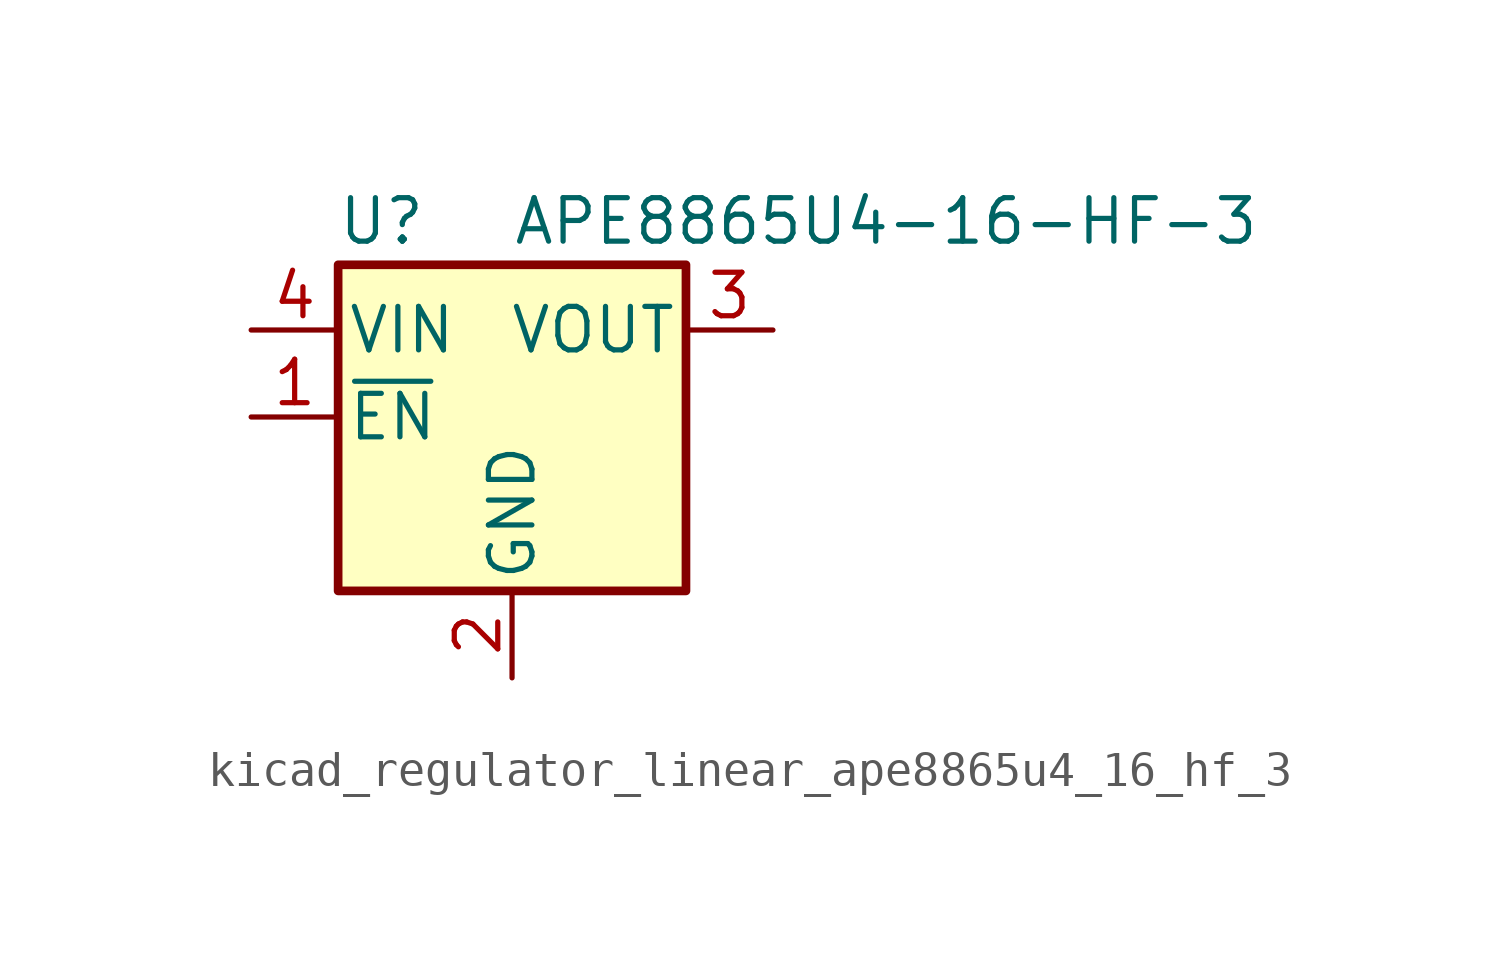
<source format=kicad_sym>
(kicad_symbol_lib
  (version 20220914)
  (generator kicad_symbol_editor)
  (symbol "kicad_regulator_linear_ape8865u4_16_hf_3"
    (pin_names
      (offset 0.254))
    (property "Reference" "U"
      (at -3.81 5.715 0)
      (effects (font (size 1.27 1.27))))
    (property "Value" "APE8865U4-16-HF-3"
      (at 0 5.715 0)
      (effects (font (size 1.27 1.27)) (justify left)))
    (symbol "kicad_regulator_linear_ape8865u4_16_hf_3_0_1"
      (rectangle (start -5.08 4.445) (end 5.08 -5.08) (stroke (width 0.254) (type default)) (fill (type background))))
    (symbol "kicad_regulator_linear_ape8865u4_16_hf_3_1_1"
      (pin input line (at -7.62 0 0) (length 2.54) (name "~{EN}" (effects (font (size 1.27 1.27)))) (number "1" (effects (font (size 1.27 1.27)))))
      (pin power_in line (at 0 -7.62 90) (length 2.54) (name "GND" (effects (font (size 1.27 1.27)))) (number "2" (effects (font (size 1.27 1.27)))))
      (pin power_out line (at 7.62 2.54 180) (length 2.54) (name "VOUT" (effects (font (size 1.27 1.27)))) (number "3" (effects (font (size 1.27 1.27)))))
      (pin power_in line (at -7.62 2.54 0) (length 2.54) (name "VIN" (effects (font (size 1.27 1.27)))) (number "4" (effects (font (size 1.27 1.27))))))))
</source>
